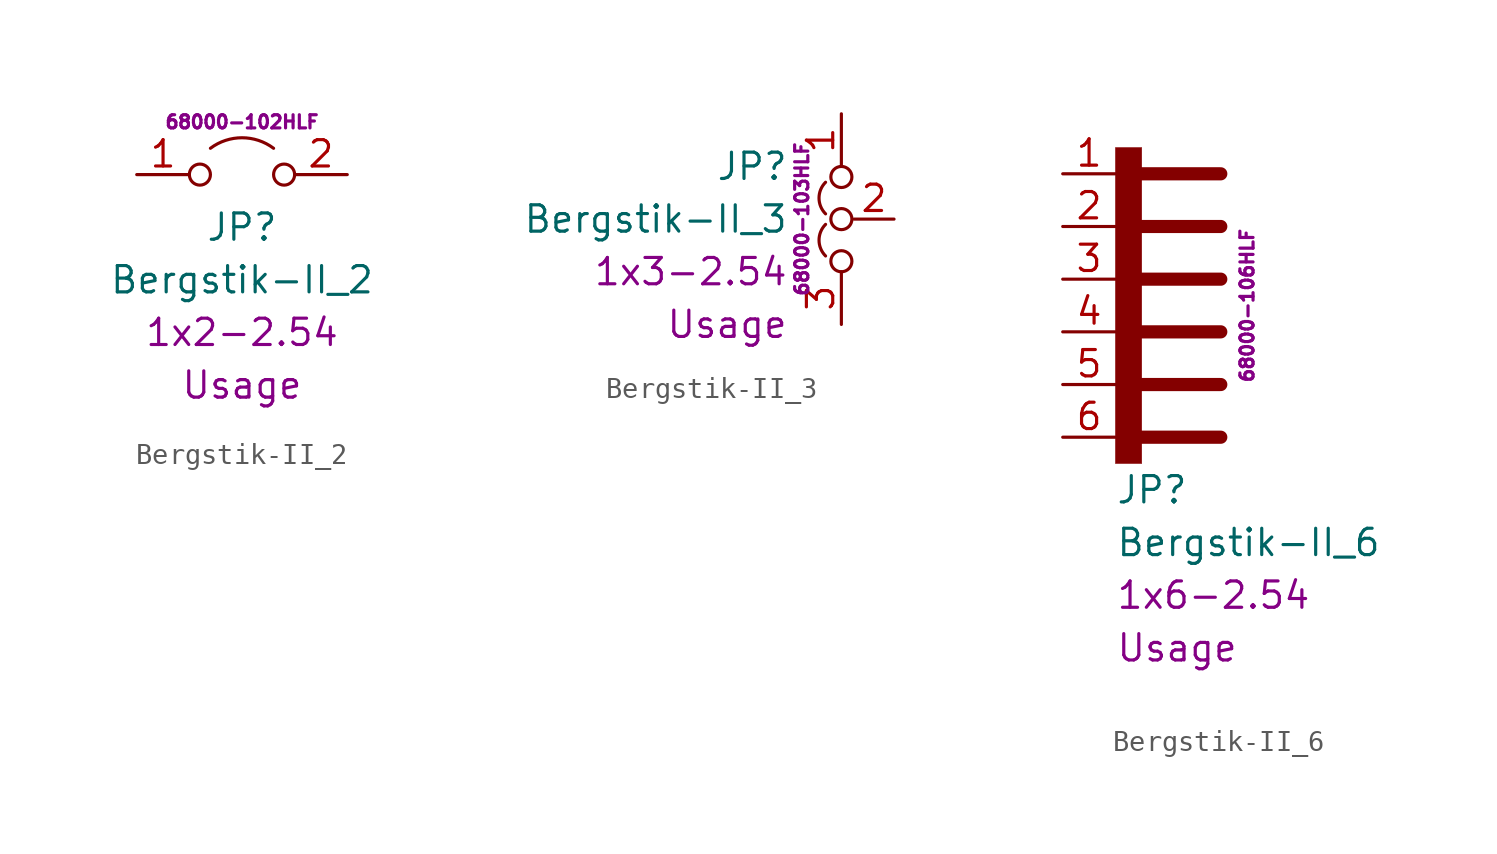
<source format=kicad_sym>
(kicad_symbol_lib
  (version 20201005)
  (generator kicad_symbol_editor)
  (symbol "JP:Bergstik-II_2"
    (pin_names
      (offset 0) hide)
    (property "Reference" "JP"
      (at 0 -2.54 0)
      (effects (font (size 1.27 1.27))))
    (property "Value" "Bergstik-II_2"
      (at 0 -5.08 0)
      (effects (font (size 1.27 1.27))))
    (property "Package" "1x2-2.54"
      (at 0 -7.62 0)
      (effects (font (size 1.27 1.27))))
    (property "ID" "68000-102HLF"
      (at 0 2.54 0)
      (effects (font (size 0.635 0.635))))
    (property "Usage" "Usage"
      (at 0 -10.16 0)
      (effects (font (size 1.27 1.27))))
    (symbol "Bergstik-II_2_0_0"
      (circle (center -2.032 0) (radius 0.508) (stroke (width 0)) (fill (type none)))
      (circle (center 2.032 0) (radius 0.508) (stroke (width 0)) (fill (type none))))
    (symbol "Bergstik-II_2_0_1"
      (arc (start -1.524 1.27) (end 1.524 1.27) (radius (at 0 -0.762) (length 2.54) (angles 126.9 53.1)) (stroke (width 0)) (fill (type none))))
    (symbol "Bergstik-II_2_1_1"
      (pin passive line (at -5.08 0 0) (length 2.54) (name "A" (effects (font (size 1.27 1.27)))) (number "1" (effects (font (size 1.27 1.27)))))
      (pin passive line (at 5.08 0 180) (length 2.54) (name "B" (effects (font (size 1.27 1.27)))) (number "2" (effects (font (size 1.27 1.27)))))))
  (symbol "JP:Bergstik-II_3"
    (pin_names
      (offset 0) hide)
    (property "Reference" "JP"
      (at -2.54 2.54 0)
      (effects (font (size 1.27 1.27)) (justify right)))
    (property "Value" "Bergstik-II_3"
      (at -2.54 0 0)
      (effects (font (size 1.27 1.27)) (justify right)))
    (property "Package" "1x3-2.54"
      (at -2.54 -2.54 0)
      (effects (font (size 1.27 1.27)) (justify right)))
    (property "Usage" "Usage"
      (at -2.54 -5.08 0)
      (effects (font (size 1.27 1.27)) (justify right)))
    (property "ID" "68000-103HLF"
      (at -1.905 0 90)
      (effects (font (size 0.635 0.635))))
    (symbol "Bergstik-II_3_0_0"
      (circle (center 0 -2.032) (radius 0.508) (stroke (width 0)) (fill (type none)))
      (circle (center 0 0) (radius 0.508) (stroke (width 0)) (fill (type none)))
      (circle (center 0 2.032) (radius 0.508) (stroke (width 0)) (fill (type none))))
    (symbol "Bergstik-II_3_0_1"
      (arc (start -0.762 -0.254) (end -0.762 -1.778) (radius (at 0 -1.016) (length 1.0668) (angles 135 -135)) (stroke (width 0)) (fill (type none)))
      (arc (start -0.762 1.778) (end -0.762 0.254) (radius (at 0 1.016) (length 1.0668) (angles 135 -135)) (stroke (width 0)) (fill (type none))))
    (symbol "Bergstik-II_3_1_1"
      (pin passive line (at 0 5.08 270) (length 2.54) (name "A" (effects (font (size 1.27 1.27)))) (number "1" (effects (font (size 1.27 1.27)))))
      (pin passive line (at 2.54 0 180) (length 1.93) (name "C" (effects (font (size 1.27 1.27)))) (number "2" (effects (font (size 1.27 1.27)))))
      (pin passive line (at 0 -5.08 90) (length 2.54) (name "B" (effects (font (size 1.27 1.27)))) (number "3" (effects (font (size 1.27 1.27)))))))
  (symbol "JP:Bergstik-II_6"
    (pin_names
      (offset 0.002) hide)
    (property "Reference" "JP"
      (at -2.54 -10.16 0)
      (effects (font (size 1.27 1.27)) (justify left)))
    (property "Value" "Bergstik-II_6"
      (at -2.54 -12.7 0)
      (effects (font (size 1.27 1.27)) (justify left)))
    (property "Package" "1x6-2.54"
      (at -2.54 -15.24 0)
      (effects (font (size 1.27 1.27)) (justify left)))
    (property "Usage" "Usage"
      (at -2.54 -17.78 0)
      (effects (font (size 1.27 1.27)) (justify left)))
    (property "ID" "68000-106HLF"
      (at 3.81 -1.27 90)
      (effects (font (size 0.635 0.635))))
    (symbol "Bergstik-II_6_0_1"
      (rectangle (start -2.54 6.35) (end -1.27 -8.89) (stroke (width 0.001)) (fill (type outline)))
      (polyline (pts (xy -1.27 -7.62) (xy 2.54 -7.62)) (stroke (width 0.635)) (fill (type none)))
      (polyline (pts (xy -1.27 -5.08) (xy 2.54 -5.08)) (stroke (width 0.635)) (fill (type none)))
      (polyline (pts (xy -1.27 -2.54) (xy 2.54 -2.54)) (stroke (width 0.635)) (fill (type none)))
      (polyline (pts (xy -1.27 0) (xy 2.54 0)) (stroke (width 0.635)) (fill (type none)))
      (polyline (pts (xy -1.27 2.54) (xy 2.54 2.54)) (stroke (width 0.635)) (fill (type none)))
      (polyline (pts (xy -1.27 5.08) (xy 2.54 5.08)) (stroke (width 0.635)) (fill (type none))))
    (symbol "Bergstik-II_6_1_1"
      (pin passive line (at -5.08 5.08 0) (length 2.54) (name "A1" (effects (font (size 1.27 1.27)))) (number "1" (effects (font (size 1.27 1.27)))))
      (pin passive line (at -5.08 2.54 0) (length 2.54) (name "A2" (effects (font (size 1.27 1.27)))) (number "2" (effects (font (size 1.27 1.27)))))
      (pin passive line (at -5.08 0 0) (length 2.54) (name "A3" (effects (font (size 1.27 1.27)))) (number "3" (effects (font (size 1.27 1.27)))))
      (pin passive line (at -5.08 -2.54 0) (length 2.54) (name "A4" (effects (font (size 1.27 1.27)))) (number "4" (effects (font (size 1.27 1.27)))))
      (pin passive line (at -5.08 -5.08 0) (length 2.54) (name "A5" (effects (font (size 1.27 1.27)))) (number "5" (effects (font (size 1.27 1.27)))))
      (pin passive line (at -5.08 -7.62 0) (length 2.54) (name "A6" (effects (font (size 1.27 1.27)))) (number "6" (effects (font (size 1.27 1.27))))))))
</source>
